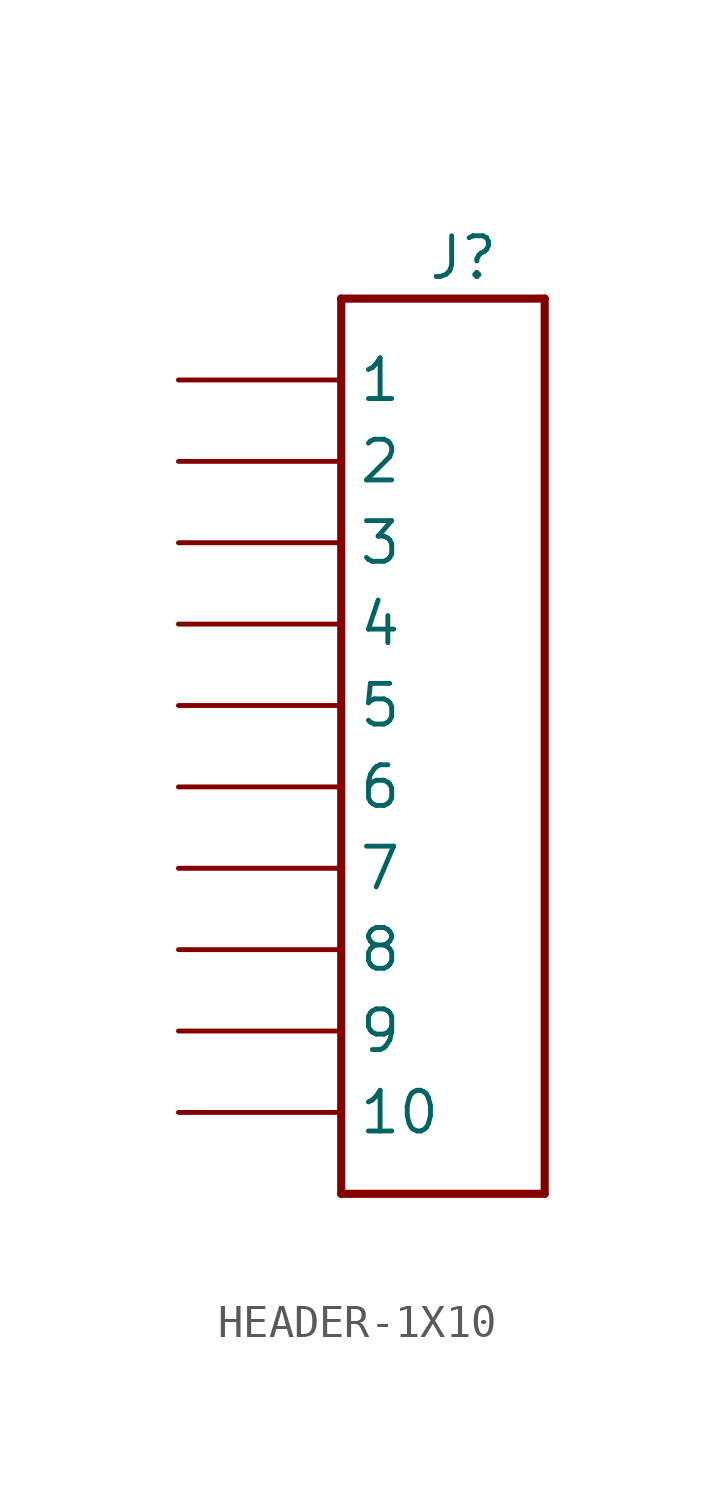
<source format=kicad_sym>
(kicad_symbol_lib
  (version 20220914)
  (generator kicad_symbol_editor)
  (symbol "HEADER-1X10"
    (pin_numbers hide)
    (property "Reference" "J"
      (at 0 13.97 0)
      (effects (font (size 1.27 1.27))))
    (symbol "HEADER-1X10_1_0"
      (polyline (pts (xy -3.81 -15.24) (xy -3.81 12.7)) (stroke (width 0.254) (type solid)) (fill (type none)))
      (polyline (pts (xy -3.81 12.7) (xy 2.54 12.7)) (stroke (width 0.254) (type solid)) (fill (type none)))
      (polyline (pts (xy 2.54 -15.24) (xy -3.81 -15.24)) (stroke (width 0.254) (type solid)) (fill (type none)))
      (polyline (pts (xy 2.54 12.7) (xy 2.54 -15.24)) (stroke (width 0.254) (type solid)) (fill (type none)))
      (pin bidirectional line (at -8.89 10.16 0) (length 5.08) (name "1" (effects (font (size 1.27 1.27)))) (number "1" (effects (font (size 1.27 1.27)))))
      (pin bidirectional line (at -8.89 -12.7 0) (length 5.08) (name "10" (effects (font (size 1.27 1.27)))) (number "10" (effects (font (size 1.27 1.27)))))
      (pin bidirectional line (at -8.89 7.62 0) (length 5.08) (name "2" (effects (font (size 1.27 1.27)))) (number "2" (effects (font (size 1.27 1.27)))))
      (pin bidirectional line (at -8.89 5.08 0) (length 5.08) (name "3" (effects (font (size 1.27 1.27)))) (number "3" (effects (font (size 1.27 1.27)))))
      (pin bidirectional line (at -8.89 2.54 0) (length 5.08) (name "4" (effects (font (size 1.27 1.27)))) (number "4" (effects (font (size 1.27 1.27)))))
      (pin bidirectional line (at -8.89 0 0) (length 5.08) (name "5" (effects (font (size 1.27 1.27)))) (number "5" (effects (font (size 1.27 1.27)))))
      (pin bidirectional line (at -8.89 -2.54 0) (length 5.08) (name "6" (effects (font (size 1.27 1.27)))) (number "6" (effects (font (size 1.27 1.27)))))
      (pin bidirectional line (at -8.89 -5.08 0) (length 5.08) (name "7" (effects (font (size 1.27 1.27)))) (number "7" (effects (font (size 1.27 1.27)))))
      (pin bidirectional line (at -8.89 -7.62 0) (length 5.08) (name "8" (effects (font (size 1.27 1.27)))) (number "8" (effects (font (size 1.27 1.27)))))
      (pin bidirectional line (at -8.89 -10.16 0) (length 5.08) (name "9" (effects (font (size 1.27 1.27)))) (number "9" (effects (font (size 1.27 1.27))))))))
</source>
